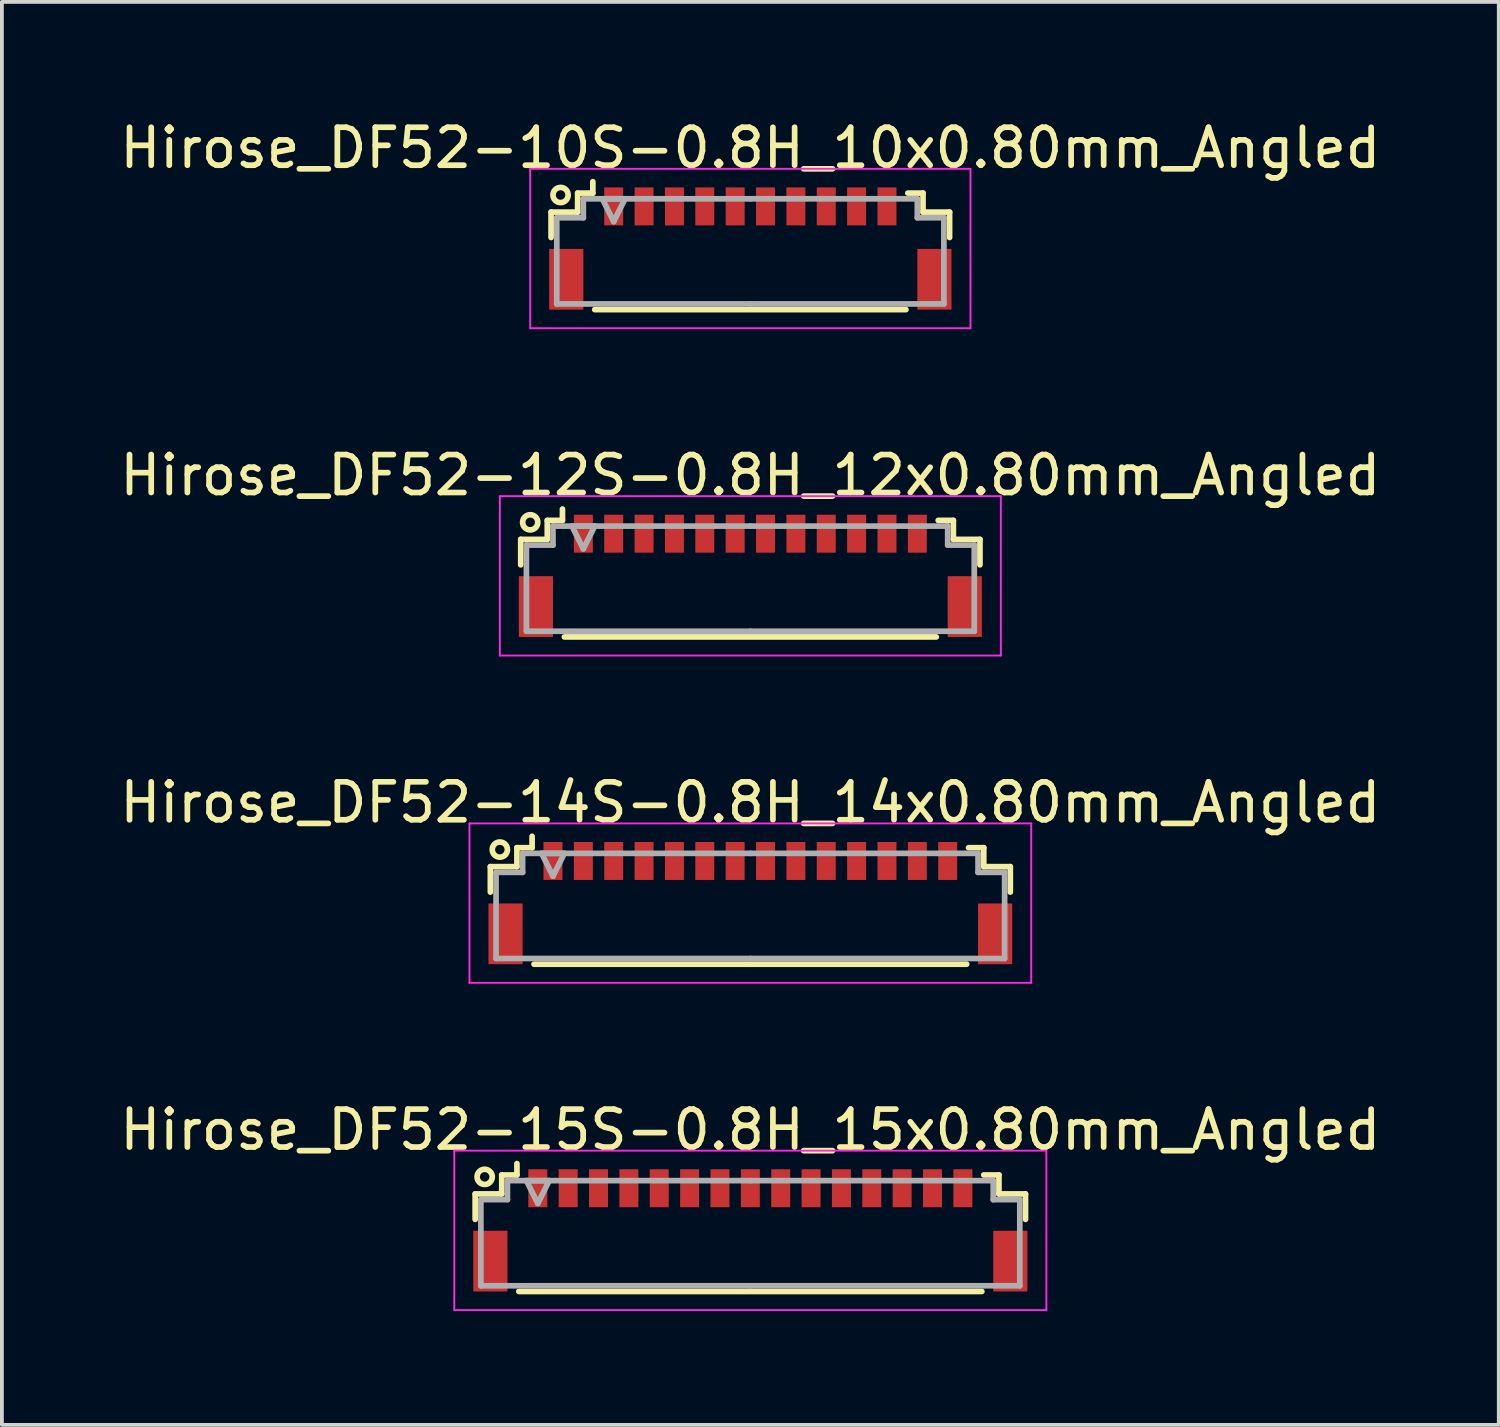
<source format=kicad_pcb>
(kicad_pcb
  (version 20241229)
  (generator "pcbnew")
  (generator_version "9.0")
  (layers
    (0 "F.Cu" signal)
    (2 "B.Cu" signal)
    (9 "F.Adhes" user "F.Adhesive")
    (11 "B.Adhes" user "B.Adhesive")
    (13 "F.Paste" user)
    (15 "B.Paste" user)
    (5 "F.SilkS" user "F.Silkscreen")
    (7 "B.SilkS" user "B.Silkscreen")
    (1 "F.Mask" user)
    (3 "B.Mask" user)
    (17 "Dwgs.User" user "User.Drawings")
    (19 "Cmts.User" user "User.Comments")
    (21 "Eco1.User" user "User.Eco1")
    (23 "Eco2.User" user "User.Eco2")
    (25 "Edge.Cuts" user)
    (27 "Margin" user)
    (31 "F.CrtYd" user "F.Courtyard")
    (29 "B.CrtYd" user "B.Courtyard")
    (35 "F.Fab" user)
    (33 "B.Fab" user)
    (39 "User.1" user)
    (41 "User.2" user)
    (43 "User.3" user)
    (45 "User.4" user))
  (footprint "Hirose_DF52-15S-0.8H_15x0.80mm_Angled"
    (layer "F.Cu")
    (at 16.72 29.218)
    (property "Reference" "Hirose_DF52-15S-0.8H_15x0.80mm_Angled" (at 0 -2.5 0) (layer "F.SilkS") (effects (font (size 1 1) (thickness 0.15))))
    (attr smd)
    (fp_line (start -7.25 -0.81) (end -7.25 -0.14) (stroke (width 0.15) (type solid)) (layer "F.SilkS"))
    (fp_line (start -6.55 -1.31) (end -6.55 -0.81) (stroke (width 0.15) (type solid)) (layer "F.SilkS"))
    (fp_line (start -6.55 -0.81) (end -7.25 -0.81) (stroke (width 0.15) (type solid)) (layer "F.SilkS"))
    (fp_line (start -6.15 -1.61) (end -6.15 -1.31) (stroke (width 0.15) (type solid)) (layer "F.SilkS"))
    (fp_line (start -6.15 -1.31) (end -6.55 -1.31) (stroke (width 0.15) (type solid)) (layer "F.SilkS"))
    (fp_line (start -6.1 1.76) (end 6.1 1.76) (stroke (width 0.15) (type solid)) (layer "F.SilkS"))
    (fp_line (start 6.15 -1.31) (end 6.55 -1.31) (stroke (width 0.15) (type solid)) (layer "F.SilkS"))
    (fp_line (start 6.55 -1.31) (end 6.55 -0.81) (stroke (width 0.15) (type solid)) (layer "F.SilkS"))
    (fp_line (start 6.55 -0.81) (end 7.25 -0.81) (stroke (width 0.15) (type solid)) (layer "F.SilkS"))
    (fp_line (start 7.25 -0.81) (end 7.25 -0.14) (stroke (width 0.15) (type solid)) (layer "F.SilkS"))
    (fp_circle (center -7 -1.26) (end -6.8 -1.26) (stroke (width 0.15) (type solid)) (fill no) (layer "F.SilkS"))
    (fp_line (start -7.8 -1.95) (end -7.8 2.25) (stroke (width 0.05) (type solid)) (layer "F.CrtYd"))
    (fp_line (start -7.8 2.25) (end 7.8 2.25) (stroke (width 0.05) (type solid)) (layer "F.CrtYd"))
    (fp_line (start 7.8 -1.95) (end -7.8 -1.95) (stroke (width 0.05) (type solid)) (layer "F.CrtYd"))
    (fp_line (start 7.8 2.25) (end 7.8 -1.95) (stroke (width 0.05) (type solid)) (layer "F.CrtYd"))
    (fp_line (start -7.1 -0.66) (end -7.1 1.61) (stroke (width 0.15) (type solid)) (layer "F.Fab"))
    (fp_line (start -7.1 1.61) (end 0 1.61) (stroke (width 0.15) (type solid)) (layer "F.Fab"))
    (fp_line (start -6.4 -1.16) (end -6.4 -1.16) (stroke (width 0.15) (type solid)) (layer "F.Fab"))
    (fp_line (start -6.4 -1.16) (end -6.4 -0.66) (stroke (width 0.15) (type solid)) (layer "F.Fab"))
    (fp_line (start -6.4 -0.66) (end -7.1 -0.66) (stroke (width 0.15) (type solid)) (layer "F.Fab"))
    (fp_line (start -5.9 -1.16) (end -5.3 -1.16) (stroke (width 0.15) (type solid)) (layer "F.Fab"))
    (fp_line (start -5.6 -0.56) (end -5.9 -1.16) (stroke (width 0.15) (type solid)) (layer "F.Fab"))
    (fp_line (start -5.3 -1.16) (end -5.6 -0.56) (stroke (width 0.15) (type solid)) (layer "F.Fab"))
    (fp_line (start 0 -1.16) (end -6.4 -1.16) (stroke (width 0.15) (type solid)) (layer "F.Fab"))
    (fp_line (start 0 -1.16) (end 6.4 -1.16) (stroke (width 0.15) (type solid)) (layer "F.Fab"))
    (fp_line (start 6.4 -1.16) (end 6.4 -1.16) (stroke (width 0.15) (type solid)) (layer "F.Fab"))
    (fp_line (start 6.4 -1.16) (end 6.4 -0.66) (stroke (width 0.15) (type solid)) (layer "F.Fab"))
    (fp_line (start 6.4 -0.66) (end 7.1 -0.66) (stroke (width 0.15) (type solid)) (layer "F.Fab"))
    (fp_line (start 7.1 -0.66) (end 7.1 1.61) (stroke (width 0.15) (type solid)) (layer "F.Fab"))
    (fp_line (start 7.1 1.61) (end 0 1.61) (stroke (width 0.15) (type solid)) (layer "F.Fab"))
    (pad "" smd rect (at -6.85 0.96) (size 0.9 1.6) (layers "F.Cu" "F.Mask" "F.Paste"))
    (pad "" smd rect (at 6.85 0.96) (size 0.9 1.6) (layers "F.Cu" "F.Mask" "F.Paste"))
    (pad "1" smd rect (at -5.6 -0.96) (size 0.5 1) (layers "F.Cu" "F.Mask" "F.Paste"))
    (pad "2" smd rect (at -4.8 -0.96) (size 0.5 1) (layers "F.Cu" "F.Mask" "F.Paste"))
    (pad "3" smd rect (at -4 -0.96) (size 0.5 1) (layers "F.Cu" "F.Mask" "F.Paste"))
    (pad "4" smd rect (at -3.2 -0.96) (size 0.5 1) (layers "F.Cu" "F.Mask" "F.Paste"))
    (pad "5" smd rect (at -2.4 -0.96) (size 0.5 1) (layers "F.Cu" "F.Mask" "F.Paste"))
    (pad "6" smd rect (at -1.6 -0.96) (size 0.5 1) (layers "F.Cu" "F.Mask" "F.Paste"))
    (pad "7" smd rect (at -0.8 -0.96) (size 0.5 1) (layers "F.Cu" "F.Mask" "F.Paste"))
    (pad "8" smd rect (at 0 -0.96) (size 0.5 1) (layers "F.Cu" "F.Mask" "F.Paste"))
    (pad "9" smd rect (at 0.8 -0.96) (size 0.5 1) (layers "F.Cu" "F.Mask" "F.Paste"))
    (pad "10" smd rect (at 1.6 -0.96) (size 0.5 1) (layers "F.Cu" "F.Mask" "F.Paste"))
    (pad "11" smd rect (at 2.4 -0.96) (size 0.5 1) (layers "F.Cu" "F.Mask" "F.Paste"))
    (pad "12" smd rect (at 3.2 -0.96) (size 0.5 1) (layers "F.Cu" "F.Mask" "F.Paste"))
    (pad "13" smd rect (at 4 -0.96) (size 0.5 1) (layers "F.Cu" "F.Mask" "F.Paste"))
    (pad "14" smd rect (at 4.8 -0.96) (size 0.5 1) (layers "F.Cu" "F.Mask" "F.Paste"))
    (pad "15" smd rect (at 5.6 -0.96) (size 0.5 1) (layers "F.Cu" "F.Mask" "F.Paste")))
  (footprint "Hirose_DF52-14S-0.8H_14x0.80mm_Angled"
    (layer "F.Cu")
    (at 16.72 20.595)
    (property "Reference" "Hirose_DF52-14S-0.8H_14x0.80mm_Angled" (at 0 -2.5 0) (layer "F.SilkS") (effects (font (size 1 1) (thickness 0.15))))
    (attr smd)
    (fp_line (start -6.85 -0.81) (end -6.85 -0.14) (stroke (width 0.15) (type solid)) (layer "F.SilkS"))
    (fp_line (start -6.15 -1.31) (end -6.15 -0.81) (stroke (width 0.15) (type solid)) (layer "F.SilkS"))
    (fp_line (start -6.15 -0.81) (end -6.85 -0.81) (stroke (width 0.15) (type solid)) (layer "F.SilkS"))
    (fp_line (start -5.75 -1.61) (end -5.75 -1.31) (stroke (width 0.15) (type solid)) (layer "F.SilkS"))
    (fp_line (start -5.75 -1.31) (end -6.15 -1.31) (stroke (width 0.15) (type solid)) (layer "F.SilkS"))
    (fp_line (start -5.7 1.76) (end 5.7 1.76) (stroke (width 0.15) (type solid)) (layer "F.SilkS"))
    (fp_line (start 5.75 -1.31) (end 6.15 -1.31) (stroke (width 0.15) (type solid)) (layer "F.SilkS"))
    (fp_line (start 6.15 -1.31) (end 6.15 -0.81) (stroke (width 0.15) (type solid)) (layer "F.SilkS"))
    (fp_line (start 6.15 -0.81) (end 6.85 -0.81) (stroke (width 0.15) (type solid)) (layer "F.SilkS"))
    (fp_line (start 6.85 -0.81) (end 6.85 -0.14) (stroke (width 0.15) (type solid)) (layer "F.SilkS"))
    (fp_circle (center -6.6 -1.26) (end -6.4 -1.26) (stroke (width 0.15) (type solid)) (fill no) (layer "F.SilkS"))
    (fp_line (start -7.4 -1.95) (end -7.4 2.25) (stroke (width 0.05) (type solid)) (layer "F.CrtYd"))
    (fp_line (start -7.4 2.25) (end 7.4 2.25) (stroke (width 0.05) (type solid)) (layer "F.CrtYd"))
    (fp_line (start 7.4 -1.95) (end -7.4 -1.95) (stroke (width 0.05) (type solid)) (layer "F.CrtYd"))
    (fp_line (start 7.4 2.25) (end 7.4 -1.95) (stroke (width 0.05) (type solid)) (layer "F.CrtYd"))
    (fp_line (start -6.7 -0.66) (end -6.7 1.61) (stroke (width 0.15) (type solid)) (layer "F.Fab"))
    (fp_line (start -6.7 1.61) (end 0 1.61) (stroke (width 0.15) (type solid)) (layer "F.Fab"))
    (fp_line (start -6 -1.16) (end -6 -1.16) (stroke (width 0.15) (type solid)) (layer "F.Fab"))
    (fp_line (start -6 -1.16) (end -6 -0.66) (stroke (width 0.15) (type solid)) (layer "F.Fab"))
    (fp_line (start -6 -0.66) (end -6.7 -0.66) (stroke (width 0.15) (type solid)) (layer "F.Fab"))
    (fp_line (start -5.5 -1.16) (end -4.9 -1.16) (stroke (width 0.15) (type solid)) (layer "F.Fab"))
    (fp_line (start -5.2 -0.56) (end -5.5 -1.16) (stroke (width 0.15) (type solid)) (layer "F.Fab"))
    (fp_line (start -4.9 -1.16) (end -5.2 -0.56) (stroke (width 0.15) (type solid)) (layer "F.Fab"))
    (fp_line (start 0 -1.16) (end -6 -1.16) (stroke (width 0.15) (type solid)) (layer "F.Fab"))
    (fp_line (start 0 -1.16) (end 6 -1.16) (stroke (width 0.15) (type solid)) (layer "F.Fab"))
    (fp_line (start 6 -1.16) (end 6 -1.16) (stroke (width 0.15) (type solid)) (layer "F.Fab"))
    (fp_line (start 6 -1.16) (end 6 -0.66) (stroke (width 0.15) (type solid)) (layer "F.Fab"))
    (fp_line (start 6 -0.66) (end 6.7 -0.66) (stroke (width 0.15) (type solid)) (layer "F.Fab"))
    (fp_line (start 6.7 -0.66) (end 6.7 1.61) (stroke (width 0.15) (type solid)) (layer "F.Fab"))
    (fp_line (start 6.7 1.61) (end 0 1.61) (stroke (width 0.15) (type solid)) (layer "F.Fab"))
    (pad "" smd rect (at -6.45 0.96) (size 0.9 1.6) (layers "F.Cu" "F.Mask" "F.Paste"))
    (pad "" smd rect (at 6.45 0.96) (size 0.9 1.6) (layers "F.Cu" "F.Mask" "F.Paste"))
    (pad "1" smd rect (at -5.2 -0.96) (size 0.5 1) (layers "F.Cu" "F.Mask" "F.Paste"))
    (pad "2" smd rect (at -4.4 -0.96) (size 0.5 1) (layers "F.Cu" "F.Mask" "F.Paste"))
    (pad "3" smd rect (at -3.6 -0.96) (size 0.5 1) (layers "F.Cu" "F.Mask" "F.Paste"))
    (pad "4" smd rect (at -2.8 -0.96) (size 0.5 1) (layers "F.Cu" "F.Mask" "F.Paste"))
    (pad "5" smd rect (at -2 -0.96) (size 0.5 1) (layers "F.Cu" "F.Mask" "F.Paste"))
    (pad "6" smd rect (at -1.2 -0.96) (size 0.5 1) (layers "F.Cu" "F.Mask" "F.Paste"))
    (pad "7" smd rect (at -0.4 -0.96) (size 0.5 1) (layers "F.Cu" "F.Mask" "F.Paste"))
    (pad "8" smd rect (at 0.4 -0.96) (size 0.5 1) (layers "F.Cu" "F.Mask" "F.Paste"))
    (pad "9" smd rect (at 1.2 -0.96) (size 0.5 1) (layers "F.Cu" "F.Mask" "F.Paste"))
    (pad "10" smd rect (at 2 -0.96) (size 0.5 1) (layers "F.Cu" "F.Mask" "F.Paste"))
    (pad "11" smd rect (at 2.8 -0.96) (size 0.5 1) (layers "F.Cu" "F.Mask" "F.Paste"))
    (pad "12" smd rect (at 3.6 -0.96) (size 0.5 1) (layers "F.Cu" "F.Mask" "F.Paste"))
    (pad "13" smd rect (at 4.4 -0.96) (size 0.5 1) (layers "F.Cu" "F.Mask" "F.Paste"))
    (pad "14" smd rect (at 5.2 -0.96) (size 0.5 1) (layers "F.Cu" "F.Mask" "F.Paste")))
  (footprint "Hirose_DF52-12S-0.8H_12x0.80mm_Angled"
    (layer "F.Cu")
    (at 16.72 11.972)
    (property "Reference" "Hirose_DF52-12S-0.8H_12x0.80mm_Angled" (at 0 -2.5 0) (layer "F.SilkS") (effects (font (size 1 1) (thickness 0.15))))
    (attr smd)
    (fp_line (start -6.05 -0.81) (end -6.05 -0.14) (stroke (width 0.15) (type solid)) (layer "F.SilkS"))
    (fp_line (start -5.35 -1.31) (end -5.35 -0.81) (stroke (width 0.15) (type solid)) (layer "F.SilkS"))
    (fp_line (start -5.35 -0.81) (end -6.05 -0.81) (stroke (width 0.15) (type solid)) (layer "F.SilkS"))
    (fp_line (start -4.95 -1.61) (end -4.95 -1.31) (stroke (width 0.15) (type solid)) (layer "F.SilkS"))
    (fp_line (start -4.95 -1.31) (end -5.35 -1.31) (stroke (width 0.15) (type solid)) (layer "F.SilkS"))
    (fp_line (start -4.9 1.76) (end 4.9 1.76) (stroke (width 0.15) (type solid)) (layer "F.SilkS"))
    (fp_line (start 4.95 -1.31) (end 5.35 -1.31) (stroke (width 0.15) (type solid)) (layer "F.SilkS"))
    (fp_line (start 5.35 -1.31) (end 5.35 -0.81) (stroke (width 0.15) (type solid)) (layer "F.SilkS"))
    (fp_line (start 5.35 -0.81) (end 6.05 -0.81) (stroke (width 0.15) (type solid)) (layer "F.SilkS"))
    (fp_line (start 6.05 -0.81) (end 6.05 -0.14) (stroke (width 0.15) (type solid)) (layer "F.SilkS"))
    (fp_circle (center -5.8 -1.26) (end -5.6 -1.26) (stroke (width 0.15) (type solid)) (fill no) (layer "F.SilkS"))
    (fp_line (start -6.6 -1.95) (end -6.6 2.25) (stroke (width 0.05) (type solid)) (layer "F.CrtYd"))
    (fp_line (start -6.6 2.25) (end 6.6 2.25) (stroke (width 0.05) (type solid)) (layer "F.CrtYd"))
    (fp_line (start 6.6 -1.95) (end -6.6 -1.95) (stroke (width 0.05) (type solid)) (layer "F.CrtYd"))
    (fp_line (start 6.6 2.25) (end 6.6 -1.95) (stroke (width 0.05) (type solid)) (layer "F.CrtYd"))
    (fp_line (start -5.9 -0.66) (end -5.9 1.61) (stroke (width 0.15) (type solid)) (layer "F.Fab"))
    (fp_line (start -5.9 1.61) (end 0 1.61) (stroke (width 0.15) (type solid)) (layer "F.Fab"))
    (fp_line (start -5.2 -1.16) (end -5.2 -1.16) (stroke (width 0.15) (type solid)) (layer "F.Fab"))
    (fp_line (start -5.2 -1.16) (end -5.2 -0.66) (stroke (width 0.15) (type solid)) (layer "F.Fab"))
    (fp_line (start -5.2 -0.66) (end -5.9 -0.66) (stroke (width 0.15) (type solid)) (layer "F.Fab"))
    (fp_line (start -4.7 -1.16) (end -4.1 -1.16) (stroke (width 0.15) (type solid)) (layer "F.Fab"))
    (fp_line (start -4.4 -0.56) (end -4.7 -1.16) (stroke (width 0.15) (type solid)) (layer "F.Fab"))
    (fp_line (start -4.1 -1.16) (end -4.4 -0.56) (stroke (width 0.15) (type solid)) (layer "F.Fab"))
    (fp_line (start 0 -1.16) (end -5.2 -1.16) (stroke (width 0.15) (type solid)) (layer "F.Fab"))
    (fp_line (start 0 -1.16) (end 5.2 -1.16) (stroke (width 0.15) (type solid)) (layer "F.Fab"))
    (fp_line (start 5.2 -1.16) (end 5.2 -1.16) (stroke (width 0.15) (type solid)) (layer "F.Fab"))
    (fp_line (start 5.2 -1.16) (end 5.2 -0.66) (stroke (width 0.15) (type solid)) (layer "F.Fab"))
    (fp_line (start 5.2 -0.66) (end 5.9 -0.66) (stroke (width 0.15) (type solid)) (layer "F.Fab"))
    (fp_line (start 5.9 -0.66) (end 5.9 1.61) (stroke (width 0.15) (type solid)) (layer "F.Fab"))
    (fp_line (start 5.9 1.61) (end 0 1.61) (stroke (width 0.15) (type solid)) (layer "F.Fab"))
    (pad "" smd rect (at -5.65 0.96) (size 0.9 1.6) (layers "F.Cu" "F.Mask" "F.Paste"))
    (pad "" smd rect (at 5.65 0.96) (size 0.9 1.6) (layers "F.Cu" "F.Mask" "F.Paste"))
    (pad "1" smd rect (at -4.4 -0.96) (size 0.5 1) (layers "F.Cu" "F.Mask" "F.Paste"))
    (pad "2" smd rect (at -3.6 -0.96) (size 0.5 1) (layers "F.Cu" "F.Mask" "F.Paste"))
    (pad "3" smd rect (at -2.8 -0.96) (size 0.5 1) (layers "F.Cu" "F.Mask" "F.Paste"))
    (pad "4" smd rect (at -2 -0.96) (size 0.5 1) (layers "F.Cu" "F.Mask" "F.Paste"))
    (pad "5" smd rect (at -1.2 -0.96) (size 0.5 1) (layers "F.Cu" "F.Mask" "F.Paste"))
    (pad "6" smd rect (at -0.4 -0.96) (size 0.5 1) (layers "F.Cu" "F.Mask" "F.Paste"))
    (pad "7" smd rect (at 0.4 -0.96) (size 0.5 1) (layers "F.Cu" "F.Mask" "F.Paste"))
    (pad "8" smd rect (at 1.2 -0.96) (size 0.5 1) (layers "F.Cu" "F.Mask" "F.Paste"))
    (pad "9" smd rect (at 2 -0.96) (size 0.5 1) (layers "F.Cu" "F.Mask" "F.Paste"))
    (pad "10" smd rect (at 2.8 -0.96) (size 0.5 1) (layers "F.Cu" "F.Mask" "F.Paste"))
    (pad "11" smd rect (at 3.6 -0.96) (size 0.5 1) (layers "F.Cu" "F.Mask" "F.Paste"))
    (pad "12" smd rect (at 4.4 -0.96) (size 0.5 1) (layers "F.Cu" "F.Mask" "F.Paste")))
  (footprint "Hirose_DF52-10S-0.8H_10x0.80mm_Angled"
    (layer "F.Cu")
    (at 16.72 3.348)
    (property "Reference" "Hirose_DF52-10S-0.8H_10x0.80mm_Angled" (at 0 -2.5 0) (layer "F.SilkS") (effects (font (size 1 1) (thickness 0.15))))
    (attr smd)
    (fp_line (start -5.25 -0.81) (end -5.25 -0.14) (stroke (width 0.15) (type solid)) (layer "F.SilkS"))
    (fp_line (start -4.55 -1.31) (end -4.55 -0.81) (stroke (width 0.15) (type solid)) (layer "F.SilkS"))
    (fp_line (start -4.55 -0.81) (end -5.25 -0.81) (stroke (width 0.15) (type solid)) (layer "F.SilkS"))
    (fp_line (start -4.15 -1.61) (end -4.15 -1.31) (stroke (width 0.15) (type solid)) (layer "F.SilkS"))
    (fp_line (start -4.15 -1.31) (end -4.55 -1.31) (stroke (width 0.15) (type solid)) (layer "F.SilkS"))
    (fp_line (start -4.1 1.76) (end 4.1 1.76) (stroke (width 0.15) (type solid)) (layer "F.SilkS"))
    (fp_line (start 4.15 -1.31) (end 4.55 -1.31) (stroke (width 0.15) (type solid)) (layer "F.SilkS"))
    (fp_line (start 4.55 -1.31) (end 4.55 -0.81) (stroke (width 0.15) (type solid)) (layer "F.SilkS"))
    (fp_line (start 4.55 -0.81) (end 5.25 -0.81) (stroke (width 0.15) (type solid)) (layer "F.SilkS"))
    (fp_line (start 5.25 -0.81) (end 5.25 -0.14) (stroke (width 0.15) (type solid)) (layer "F.SilkS"))
    (fp_circle (center -5 -1.26) (end -4.8 -1.26) (stroke (width 0.15) (type solid)) (fill no) (layer "F.SilkS"))
    (fp_line (start -5.8 -1.95) (end -5.8 2.25) (stroke (width 0.05) (type solid)) (layer "F.CrtYd"))
    (fp_line (start -5.8 2.25) (end 5.8 2.25) (stroke (width 0.05) (type solid)) (layer "F.CrtYd"))
    (fp_line (start 5.8 -1.95) (end -5.8 -1.95) (stroke (width 0.05) (type solid)) (layer "F.CrtYd"))
    (fp_line (start 5.8 2.25) (end 5.8 -1.95) (stroke (width 0.05) (type solid)) (layer "F.CrtYd"))
    (fp_line (start -5.1 -0.66) (end -5.1 1.61) (stroke (width 0.15) (type solid)) (layer "F.Fab"))
    (fp_line (start -5.1 1.61) (end 0 1.61) (stroke (width 0.15) (type solid)) (layer "F.Fab"))
    (fp_line (start -4.4 -1.16) (end -4.4 -1.16) (stroke (width 0.15) (type solid)) (layer "F.Fab"))
    (fp_line (start -4.4 -1.16) (end -4.4 -0.66) (stroke (width 0.15) (type solid)) (layer "F.Fab"))
    (fp_line (start -4.4 -0.66) (end -5.1 -0.66) (stroke (width 0.15) (type solid)) (layer "F.Fab"))
    (fp_line (start -3.9 -1.16) (end -3.3 -1.16) (stroke (width 0.15) (type solid)) (layer "F.Fab"))
    (fp_line (start -3.6 -0.56) (end -3.9 -1.16) (stroke (width 0.15) (type solid)) (layer "F.Fab"))
    (fp_line (start -3.3 -1.16) (end -3.6 -0.56) (stroke (width 0.15) (type solid)) (layer "F.Fab"))
    (fp_line (start 0 -1.16) (end -4.4 -1.16) (stroke (width 0.15) (type solid)) (layer "F.Fab"))
    (fp_line (start 0 -1.16) (end 4.4 -1.16) (stroke (width 0.15) (type solid)) (layer "F.Fab"))
    (fp_line (start 4.4 -1.16) (end 4.4 -1.16) (stroke (width 0.15) (type solid)) (layer "F.Fab"))
    (fp_line (start 4.4 -1.16) (end 4.4 -0.66) (stroke (width 0.15) (type solid)) (layer "F.Fab"))
    (fp_line (start 4.4 -0.66) (end 5.1 -0.66) (stroke (width 0.15) (type solid)) (layer "F.Fab"))
    (fp_line (start 5.1 -0.66) (end 5.1 1.61) (stroke (width 0.15) (type solid)) (layer "F.Fab"))
    (fp_line (start 5.1 1.61) (end 0 1.61) (stroke (width 0.15) (type solid)) (layer "F.Fab"))
    (pad "" smd rect (at -4.85 0.96) (size 0.9 1.6) (layers "F.Cu" "F.Mask" "F.Paste"))
    (pad "" smd rect (at 4.85 0.96) (size 0.9 1.6) (layers "F.Cu" "F.Mask" "F.Paste"))
    (pad "1" smd rect (at -3.6 -0.96) (size 0.5 1) (layers "F.Cu" "F.Mask" "F.Paste"))
    (pad "2" smd rect (at -2.8 -0.96) (size 0.5 1) (layers "F.Cu" "F.Mask" "F.Paste"))
    (pad "3" smd rect (at -2 -0.96) (size 0.5 1) (layers "F.Cu" "F.Mask" "F.Paste"))
    (pad "4" smd rect (at -1.2 -0.96) (size 0.5 1) (layers "F.Cu" "F.Mask" "F.Paste"))
    (pad "5" smd rect (at -0.4 -0.96) (size 0.5 1) (layers "F.Cu" "F.Mask" "F.Paste"))
    (pad "6" smd rect (at 0.4 -0.96) (size 0.5 1) (layers "F.Cu" "F.Mask" "F.Paste"))
    (pad "7" smd rect (at 1.2 -0.96) (size 0.5 1) (layers "F.Cu" "F.Mask" "F.Paste"))
    (pad "8" smd rect (at 2 -0.96) (size 0.5 1) (layers "F.Cu" "F.Mask" "F.Paste"))
    (pad "9" smd rect (at 2.8 -0.96) (size 0.5 1) (layers "F.Cu" "F.Mask" "F.Paste"))
    (pad "10" smd rect (at 3.6 -0.96) (size 0.5 1) (layers "F.Cu" "F.Mask" "F.Paste")))
  (gr_rect
    (start -3 -3)
    (end 36.44 34.493)
    (stroke (width 0.1) (type default))
    (fill no)
    (layer "Edge.Cuts")))
</source>
